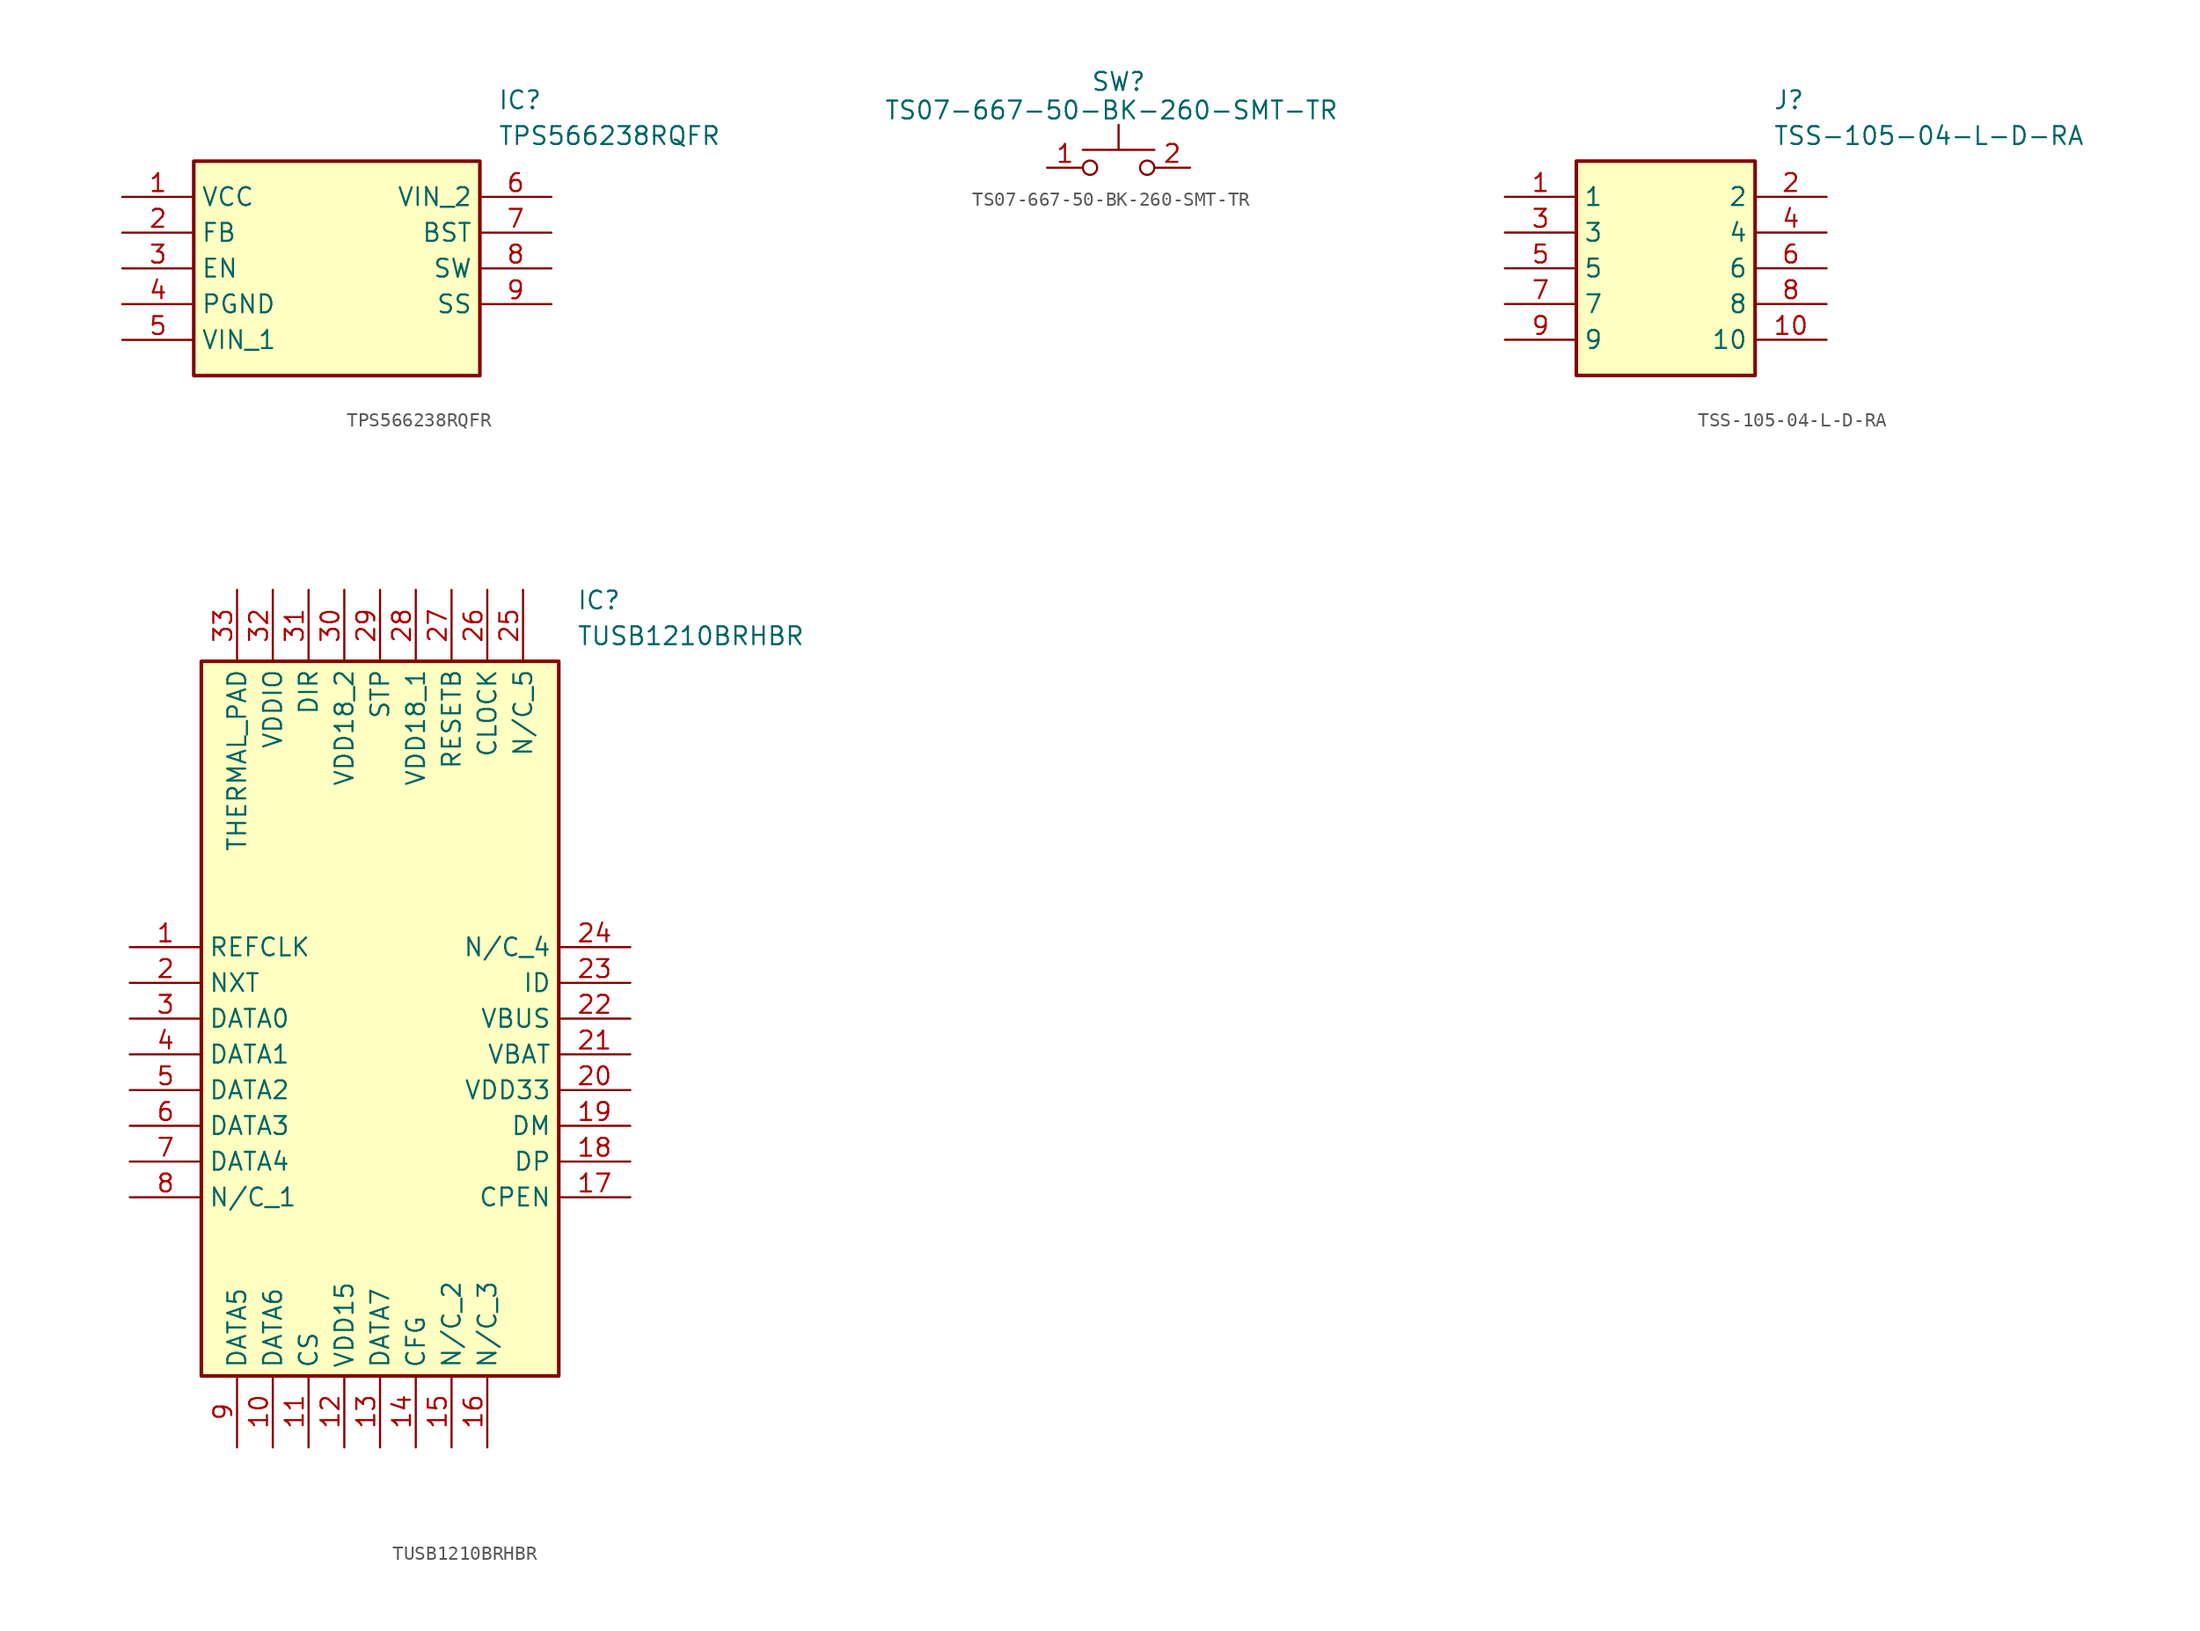
<source format=kicad_sym>
(kicad_symbol_lib
  (version 20231120)
  (generator "kicad_symbol_editor")
  (generator_version "8.0")
  (symbol "TPS566238RQFR"
    (property "Reference" "IC"
      (at 26.67 7.62 0)
      (effects (font (size 1.27 1.27)) (justify left top)))
    (property "Value" "TPS566238RQFR"
      (at 26.67 5.08 0)
      (effects (font (size 1.27 1.27)) (justify left top)))
    (symbol "TPS566238RQFR_1_1"
      (rectangle (start 5.08 2.54) (end 25.4 -12.7) (stroke (width 0.254) (type default)) (fill (type background)))
      (pin passive line (at 0 0 0) (length 5.08) (name "VCC" (effects (font (size 1.27 1.27)))) (number "1" (effects (font (size 1.27 1.27)))))
      (pin passive line (at 0 -2.54 0) (length 5.08) (name "FB" (effects (font (size 1.27 1.27)))) (number "2" (effects (font (size 1.27 1.27)))))
      (pin passive line (at 0 -5.08 0) (length 5.08) (name "EN" (effects (font (size 1.27 1.27)))) (number "3" (effects (font (size 1.27 1.27)))))
      (pin passive line (at 0 -7.62 0) (length 5.08) (name "PGND" (effects (font (size 1.27 1.27)))) (number "4" (effects (font (size 1.27 1.27)))))
      (pin passive line (at 0 -10.16 0) (length 5.08) (name "VIN_1" (effects (font (size 1.27 1.27)))) (number "5" (effects (font (size 1.27 1.27)))))
      (pin passive line (at 30.48 0 180) (length 5.08) (name "VIN_2" (effects (font (size 1.27 1.27)))) (number "6" (effects (font (size 1.27 1.27)))))
      (pin passive line (at 30.48 -2.54 180) (length 5.08) (name "BST" (effects (font (size 1.27 1.27)))) (number "7" (effects (font (size 1.27 1.27)))))
      (pin passive line (at 30.48 -5.08 180) (length 5.08) (name "SW" (effects (font (size 1.27 1.27)))) (number "8" (effects (font (size 1.27 1.27)))))
      (pin passive line (at 30.48 -7.62 180) (length 5.08) (name "SS" (effects (font (size 1.27 1.27)))) (number "9" (effects (font (size 1.27 1.27)))))))
  (symbol "TS07-667-50-BK-260-SMT-TR"
    (property "Reference" "SW"
      (at 5.08 6.858 0)
      (effects (font (size 1.27 1.27)) (justify top)))
    (property "Value" "TS07-667-50-BK-260-SMT-TR"
      (at 4.572 4.826 0)
      (effects (font (size 1.27 1.27)) (justify top)))
    (symbol "TS07-667-50-BK-260-SMT-TR_0_1"
      (polyline (pts (xy 5.08 1.27) (xy 5.08 3.048)) (stroke (width 0) (type default)) (fill (type none)))
      (polyline (pts (xy 7.62 1.27) (xy 2.54 1.27)) (stroke (width 0) (type default)) (fill (type none)))
      (circle (center 3.048 0) (radius 0.508) (stroke (width 0) (type default)) (fill (type none)))
      (circle (center 7.112 0) (radius 0.508) (stroke (width 0) (type default)) (fill (type none))))
    (symbol "TS07-667-50-BK-260-SMT-TR_1_1"
      (pin passive line (at 0 0 0) (length 2.54) (name "" (effects (font (size 1.27 1.27)))) (number "1" (effects (font (size 1.27 1.27)))))
      (pin passive line (at 10.16 0 180) (length 2.54) (name "" (effects (font (size 1.27 1.27)))) (number "2" (effects (font (size 1.27 1.27)))))
      (pin passive line (at 0 0 0) (length 2.54) hide (name "" (effects (font (size 1.27 1.27)))) (number "3" (effects (font (size 1.27 1.27)))))
      (pin passive line (at 10.16 0 180) (length 2.54) hide (name "" (effects (font (size 1.27 1.27)))) (number "4" (effects (font (size 1.27 1.27)))))))
  (symbol "TSS-105-04-L-D-RA"
    (property "Reference" "J"
      (at 19.05 7.62 0)
      (effects (font (size 1.27 1.27)) (justify left top)))
    (property "Value" "TSS-105-04-L-D-RA"
      (at 19.05 5.08 0)
      (effects (font (size 1.27 1.27)) (justify left top)))
    (symbol "TSS-105-04-L-D-RA_1_1"
      (rectangle (start 5.08 2.54) (end 17.78 -12.7) (stroke (width 0.254) (type default)) (fill (type background)))
      (pin passive line (at 0 0 0) (length 5.08) (name "1" (effects (font (size 1.27 1.27)))) (number "1" (effects (font (size 1.27 1.27)))))
      (pin passive line (at 22.86 -10.16 180) (length 5.08) (name "10" (effects (font (size 1.27 1.27)))) (number "10" (effects (font (size 1.27 1.27)))))
      (pin passive line (at 22.86 0 180) (length 5.08) (name "2" (effects (font (size 1.27 1.27)))) (number "2" (effects (font (size 1.27 1.27)))))
      (pin passive line (at 0 -2.54 0) (length 5.08) (name "3" (effects (font (size 1.27 1.27)))) (number "3" (effects (font (size 1.27 1.27)))))
      (pin passive line (at 22.86 -2.54 180) (length 5.08) (name "4" (effects (font (size 1.27 1.27)))) (number "4" (effects (font (size 1.27 1.27)))))
      (pin passive line (at 0 -5.08 0) (length 5.08) (name "5" (effects (font (size 1.27 1.27)))) (number "5" (effects (font (size 1.27 1.27)))))
      (pin passive line (at 22.86 -5.08 180) (length 5.08) (name "6" (effects (font (size 1.27 1.27)))) (number "6" (effects (font (size 1.27 1.27)))))
      (pin passive line (at 0 -7.62 0) (length 5.08) (name "7" (effects (font (size 1.27 1.27)))) (number "7" (effects (font (size 1.27 1.27)))))
      (pin passive line (at 22.86 -7.62 180) (length 5.08) (name "8" (effects (font (size 1.27 1.27)))) (number "8" (effects (font (size 1.27 1.27)))))
      (pin passive line (at 0 -10.16 0) (length 5.08) (name "9" (effects (font (size 1.27 1.27)))) (number "9" (effects (font (size 1.27 1.27)))))))
  (symbol "TUSB1210BRHBR"
    (property "Reference" "IC"
      (at 31.75 25.4 0)
      (effects (font (size 1.27 1.27)) (justify left top)))
    (property "Value" "TUSB1210BRHBR"
      (at 31.75 22.86 0)
      (effects (font (size 1.27 1.27)) (justify left top)))
    (symbol "TUSB1210BRHBR_1_1"
      (rectangle (start 5.08 20.32) (end 30.48 -30.48) (stroke (width 0.254) (type default)) (fill (type background)))
      (pin passive line (at 0 0 0) (length 5.08) (name "REFCLK" (effects (font (size 1.27 1.27)))) (number "1" (effects (font (size 1.27 1.27)))))
      (pin passive line (at 10.16 -35.56 90) (length 5.08) (name "DATA6" (effects (font (size 1.27 1.27)))) (number "10" (effects (font (size 1.27 1.27)))))
      (pin passive line (at 12.7 -35.56 90) (length 5.08) (name "CS" (effects (font (size 1.27 1.27)))) (number "11" (effects (font (size 1.27 1.27)))))
      (pin passive line (at 15.24 -35.56 90) (length 5.08) (name "VDD15" (effects (font (size 1.27 1.27)))) (number "12" (effects (font (size 1.27 1.27)))))
      (pin passive line (at 17.78 -35.56 90) (length 5.08) (name "DATA7" (effects (font (size 1.27 1.27)))) (number "13" (effects (font (size 1.27 1.27)))))
      (pin passive line (at 20.32 -35.56 90) (length 5.08) (name "CFG" (effects (font (size 1.27 1.27)))) (number "14" (effects (font (size 1.27 1.27)))))
      (pin passive line (at 22.86 -35.56 90) (length 5.08) (name "N/C_2" (effects (font (size 1.27 1.27)))) (number "15" (effects (font (size 1.27 1.27)))))
      (pin passive line (at 25.4 -35.56 90) (length 5.08) (name "N/C_3" (effects (font (size 1.27 1.27)))) (number "16" (effects (font (size 1.27 1.27)))))
      (pin passive line (at 35.56 -17.78 180) (length 5.08) (name "CPEN" (effects (font (size 1.27 1.27)))) (number "17" (effects (font (size 1.27 1.27)))))
      (pin passive line (at 35.56 -15.24 180) (length 5.08) (name "DP" (effects (font (size 1.27 1.27)))) (number "18" (effects (font (size 1.27 1.27)))))
      (pin passive line (at 35.56 -12.7 180) (length 5.08) (name "DM" (effects (font (size 1.27 1.27)))) (number "19" (effects (font (size 1.27 1.27)))))
      (pin passive line (at 0 -2.54 0) (length 5.08) (name "NXT" (effects (font (size 1.27 1.27)))) (number "2" (effects (font (size 1.27 1.27)))))
      (pin passive line (at 35.56 -10.16 180) (length 5.08) (name "VDD33" (effects (font (size 1.27 1.27)))) (number "20" (effects (font (size 1.27 1.27)))))
      (pin passive line (at 35.56 -7.62 180) (length 5.08) (name "VBAT" (effects (font (size 1.27 1.27)))) (number "21" (effects (font (size 1.27 1.27)))))
      (pin passive line (at 35.56 -5.08 180) (length 5.08) (name "VBUS" (effects (font (size 1.27 1.27)))) (number "22" (effects (font (size 1.27 1.27)))))
      (pin passive line (at 35.56 -2.54 180) (length 5.08) (name "ID" (effects (font (size 1.27 1.27)))) (number "23" (effects (font (size 1.27 1.27)))))
      (pin passive line (at 35.56 0 180) (length 5.08) (name "N/C_4" (effects (font (size 1.27 1.27)))) (number "24" (effects (font (size 1.27 1.27)))))
      (pin passive line (at 27.94 25.4 270) (length 5.08) (name "N/C_5" (effects (font (size 1.27 1.27)))) (number "25" (effects (font (size 1.27 1.27)))))
      (pin passive line (at 25.4 25.4 270) (length 5.08) (name "CLOCK" (effects (font (size 1.27 1.27)))) (number "26" (effects (font (size 1.27 1.27)))))
      (pin passive line (at 22.86 25.4 270) (length 5.08) (name "RESETB" (effects (font (size 1.27 1.27)))) (number "27" (effects (font (size 1.27 1.27)))))
      (pin passive line (at 20.32 25.4 270) (length 5.08) (name "VDD18_1" (effects (font (size 1.27 1.27)))) (number "28" (effects (font (size 1.27 1.27)))))
      (pin passive line (at 17.78 25.4 270) (length 5.08) (name "STP" (effects (font (size 1.27 1.27)))) (number "29" (effects (font (size 1.27 1.27)))))
      (pin passive line (at 0 -5.08 0) (length 5.08) (name "DATA0" (effects (font (size 1.27 1.27)))) (number "3" (effects (font (size 1.27 1.27)))))
      (pin passive line (at 15.24 25.4 270) (length 5.08) (name "VDD18_2" (effects (font (size 1.27 1.27)))) (number "30" (effects (font (size 1.27 1.27)))))
      (pin passive line (at 12.7 25.4 270) (length 5.08) (name "DIR" (effects (font (size 1.27 1.27)))) (number "31" (effects (font (size 1.27 1.27)))))
      (pin passive line (at 10.16 25.4 270) (length 5.08) (name "VDDIO" (effects (font (size 1.27 1.27)))) (number "32" (effects (font (size 1.27 1.27)))))
      (pin passive line (at 7.62 25.4 270) (length 5.08) (name "THERMAL_PAD" (effects (font (size 1.27 1.27)))) (number "33" (effects (font (size 1.27 1.27)))))
      (pin passive line (at 0 -7.62 0) (length 5.08) (name "DATA1" (effects (font (size 1.27 1.27)))) (number "4" (effects (font (size 1.27 1.27)))))
      (pin passive line (at 0 -10.16 0) (length 5.08) (name "DATA2" (effects (font (size 1.27 1.27)))) (number "5" (effects (font (size 1.27 1.27)))))
      (pin passive line (at 0 -12.7 0) (length 5.08) (name "DATA3" (effects (font (size 1.27 1.27)))) (number "6" (effects (font (size 1.27 1.27)))))
      (pin passive line (at 0 -15.24 0) (length 5.08) (name "DATA4" (effects (font (size 1.27 1.27)))) (number "7" (effects (font (size 1.27 1.27)))))
      (pin passive line (at 0 -17.78 0) (length 5.08) (name "N/C_1" (effects (font (size 1.27 1.27)))) (number "8" (effects (font (size 1.27 1.27)))))
      (pin passive line (at 7.62 -35.56 90) (length 5.08) (name "DATA5" (effects (font (size 1.27 1.27)))) (number "9" (effects (font (size 1.27 1.27))))))))
</source>
